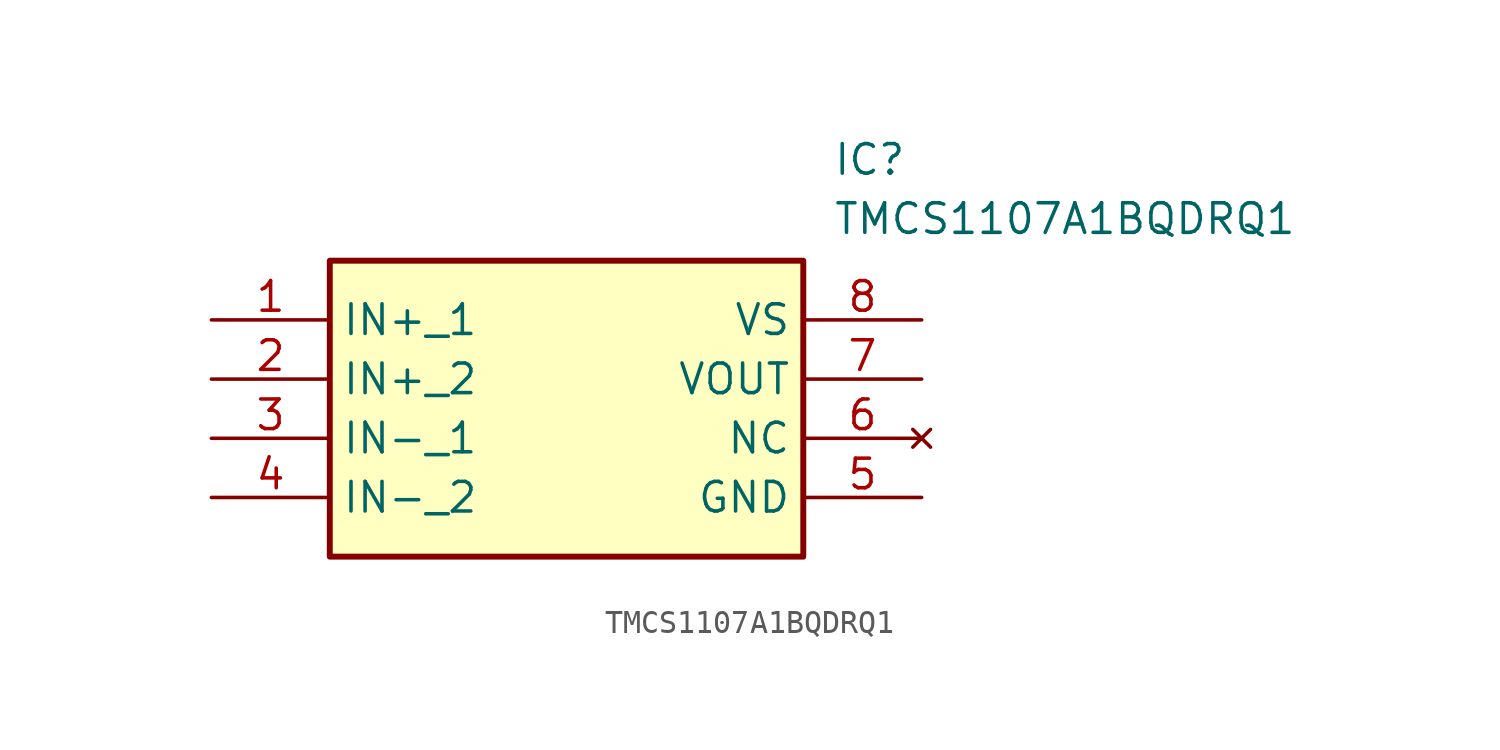
<source format=kicad_sym>
(kicad_symbol_lib
  (version 20211014)
  (generator SamacSys_ECAD_Model)
  (symbol "TMCS1107A1BQDRQ1"
    (property "Reference" "IC"
      (at 26.67 7.62 0)
      (effects (font (size 1.27 1.27)) (justify left top)))
    (property "Value" "TMCS1107A1BQDRQ1"
      (at 26.67 5.08 0)
      (effects (font (size 1.27 1.27)) (justify left top)))
    (rectangle
      (start 5.08 2.54)
      (end 25.4 -10.16)
      (stroke (width 0.254) (type default))
      (fill (type background)))
    (pin passive line
      (at 0 0 0)
      (length 5.08)
      (name "IN+_1" (effects (font (size 1.27 1.27))))
      (number "1" (effects (font (size 1.27 1.27)))))
    (pin passive line
      (at 0 -2.54 0)
      (length 5.08)
      (name "IN+_2" (effects (font (size 1.27 1.27))))
      (number "2" (effects (font (size 1.27 1.27)))))
    (pin passive line
      (at 0 -5.08 0)
      (length 5.08)
      (name "IN-_1" (effects (font (size 1.27 1.27))))
      (number "3" (effects (font (size 1.27 1.27)))))
    (pin passive line
      (at 0 -7.62 0)
      (length 5.08)
      (name "IN-_2" (effects (font (size 1.27 1.27))))
      (number "4" (effects (font (size 1.27 1.27)))))
    (pin passive line
      (at 30.48 0 180)
      (length 5.08)
      (name "VS" (effects (font (size 1.27 1.27))))
      (number "8" (effects (font (size 1.27 1.27)))))
    (pin passive line
      (at 30.48 -2.54 180)
      (length 5.08)
      (name "VOUT" (effects (font (size 1.27 1.27))))
      (number "7" (effects (font (size 1.27 1.27)))))
    (pin no_connect line
      (at 30.48 -5.08 180)
      (length 5.08)
      (name "NC" (effects (font (size 1.27 1.27))))
      (number "6" (effects (font (size 1.27 1.27)))))
    (pin passive line
      (at 30.48 -7.62 180)
      (length 5.08)
      (name "GND" (effects (font (size 1.27 1.27))))
      (number "5" (effects (font (size 1.27 1.27)))))))
</source>
